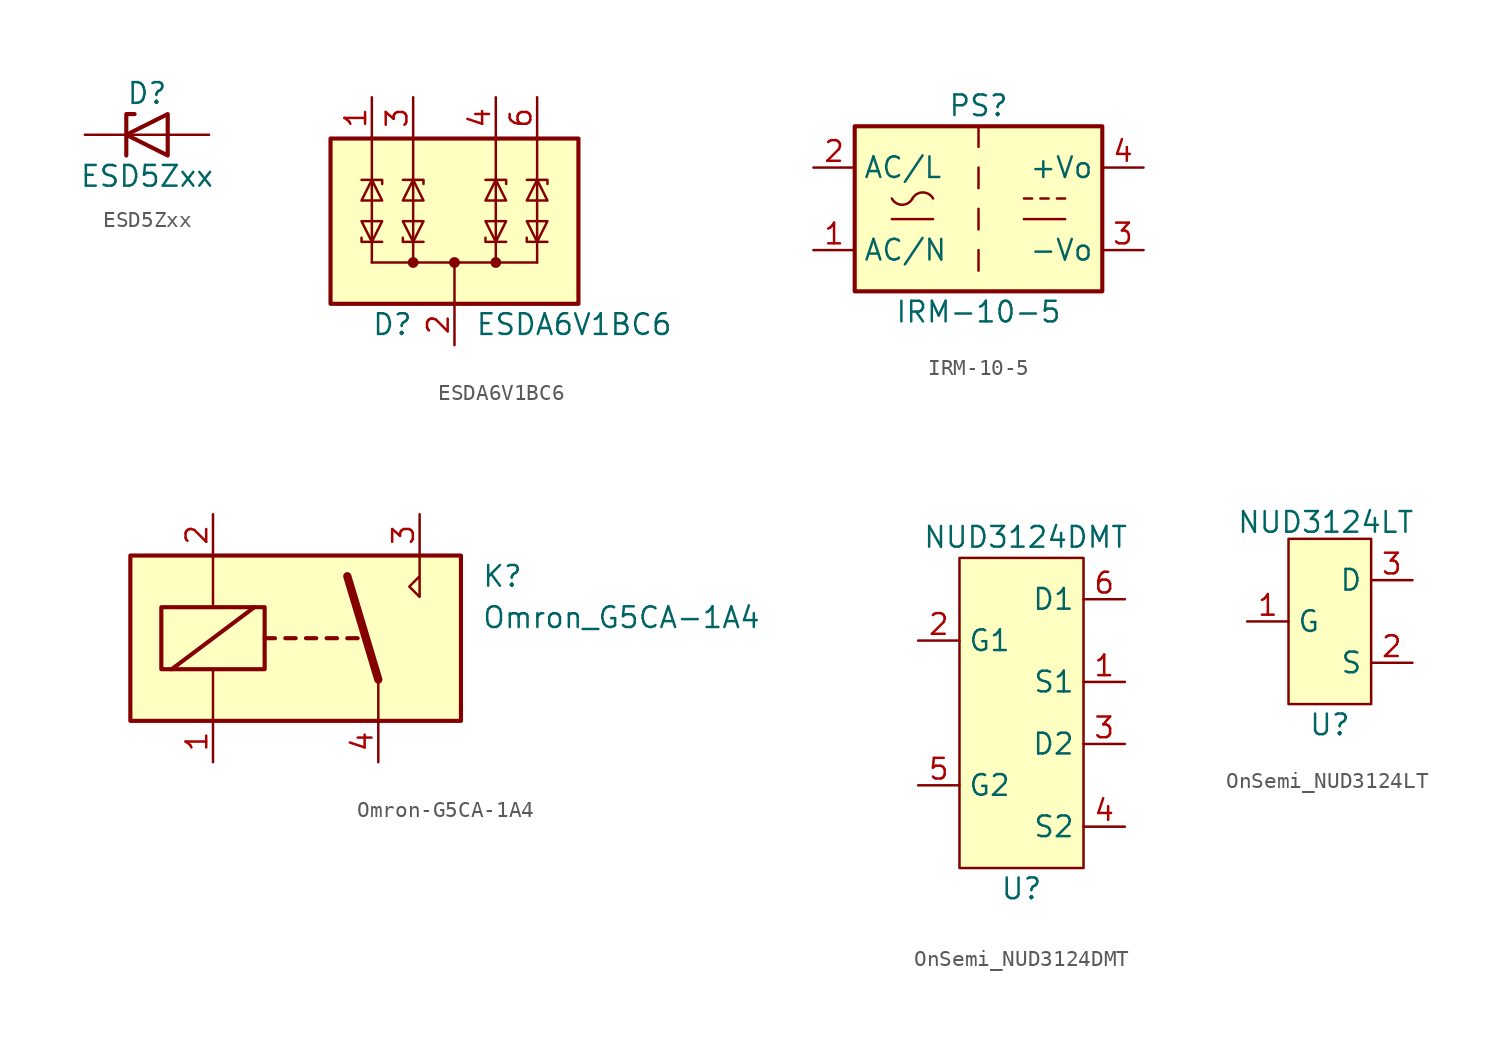
<source format=kicad_sym>
(kicad_symbol_lib
  (version 20241209)
  (generator "kicad_symbol_editor")
  (generator_version "9.0")
  (symbol "ESD5Zxx"
    (pin_numbers
      (hide yes))
    (pin_names
      (hide yes))
    (property "Reference" "D"
      (at 0 2.54 0)
      (effects (font (size 1.27 1.27))))
    (property "Value" "ESD5Zxx"
      (at 0 -2.54 0)
      (effects (font (size 1.27 1.27))))
    (symbol "ESD5Zxx_0_1"
      (polyline (pts (xy -1.27 -1.27) (xy -1.27 1.27) (xy -0.762 1.27)) (stroke (width 0.254) (type default)) (fill (type none)))
      (polyline (pts (xy 1.27 0) (xy -1.27 0)) (stroke (width 0) (type default)) (fill (type none)))
      (polyline (pts (xy 1.27 -1.27) (xy 1.27 1.27) (xy -1.27 0) (xy 1.27 -1.27)) (stroke (width 0.254) (type default)) (fill (type none))))
    (symbol "ESD5Zxx_1_1"
      (pin passive line (at -3.81 0 0) (length 2.54) (name "K" (effects (font (size 1.27 1.27)))) (number "1" (effects (font (size 1.27 1.27)))))
      (pin passive line (at 3.81 0 180) (length 2.54) (name "A" (effects (font (size 1.27 1.27)))) (number "2" (effects (font (size 1.27 1.27)))))))
  (symbol "ESDA6V1BC6"
    (pin_names
      (hide yes))
    (property "Reference" "D"
      (at -2.54 -6.35 0)
      (effects (font (size 1.27 1.27)) (justify right)))
    (property "Value" "ESDA6V1BC6"
      (at 1.27 -6.35 0)
      (effects (font (size 1.27 1.27)) (justify left)))
    (symbol "ESDA6V1BC6_0_0"
      (pin passive line (at 0 -7.62 90) (length 2.54) (name "COM" (effects (font (size 1.27 1.27)))) (number "2" (effects (font (size 1.27 1.27))))))
    (symbol "ESDA6V1BC6_0_1"
      (rectangle (start -7.62 5.08) (end 7.62 -5.08) (stroke (width 0.254) (type default)) (fill (type background)))
      (polyline (pts (xy -5.715 2.54) (xy -4.445 2.54) (xy -4.445 2.286)) (stroke (width 0) (type default)) (fill (type none)))
      (polyline (pts (xy -5.715 -1.016) (xy -5.715 -1.27) (xy -4.445 -1.27)) (stroke (width 0) (type default)) (fill (type none)))
      (polyline (pts (xy -5.08 5.08) (xy -5.08 2.54)) (stroke (width 0) (type default)) (fill (type none)))
      (polyline (pts (xy -5.08 2.54) (xy -5.08 -1.27)) (stroke (width 0) (type default)) (fill (type none)))
      (polyline (pts (xy -5.08 2.54) (xy -4.445 1.27) (xy -5.715 1.27) (xy -5.08 2.54)) (stroke (width 0) (type default)) (fill (type none)))
      (polyline (pts (xy -5.08 -1.27) (xy -5.715 0) (xy -4.445 0) (xy -5.08 -1.27)) (stroke (width 0) (type default)) (fill (type none)))
      (polyline (pts (xy -5.08 -2.54) (xy -5.08 -1.27)) (stroke (width 0) (type default)) (fill (type none)))
      (polyline (pts (xy -5.08 -2.54) (xy 5.08 -2.54)) (stroke (width 0) (type default)) (fill (type none)))
      (polyline (pts (xy -3.175 2.54) (xy -1.905 2.54) (xy -1.905 2.286)) (stroke (width 0) (type default)) (fill (type none)))
      (polyline (pts (xy -3.175 -1.016) (xy -3.175 -1.27) (xy -1.905 -1.27)) (stroke (width 0) (type default)) (fill (type none)))
      (polyline (pts (xy -2.54 5.08) (xy -2.54 2.54)) (stroke (width 0) (type default)) (fill (type none)))
      (polyline (pts (xy -2.54 2.54) (xy -2.54 -1.27)) (stroke (width 0) (type default)) (fill (type none)))
      (polyline (pts (xy -2.54 2.54) (xy -1.905 1.27) (xy -3.175 1.27) (xy -2.54 2.54)) (stroke (width 0) (type default)) (fill (type none)))
      (polyline (pts (xy -2.54 -1.27) (xy -3.175 0) (xy -1.905 0) (xy -2.54 -1.27)) (stroke (width 0) (type default)) (fill (type none)))
      (circle (center -2.54 -2.54) (radius 0.254) (stroke (width 0) (type default)) (fill (type outline)))
      (polyline (pts (xy -2.54 -2.54) (xy -2.54 -1.27)) (stroke (width 0) (type default)) (fill (type none)))
      (polyline (pts (xy 0 -2.54) (xy 0 -5.08)) (stroke (width 0) (type default)) (fill (type none)))
      (circle (center 0 -2.54) (radius 0.254) (stroke (width 0) (type default)) (fill (type outline)))
      (polyline (pts (xy 1.905 2.54) (xy 3.175 2.54) (xy 3.175 2.286)) (stroke (width 0) (type default)) (fill (type none)))
      (polyline (pts (xy 1.905 -1.016) (xy 1.905 -1.27) (xy 3.175 -1.27)) (stroke (width 0) (type default)) (fill (type none)))
      (polyline (pts (xy 2.54 5.08) (xy 2.54 2.54)) (stroke (width 0) (type default)) (fill (type none)))
      (polyline (pts (xy 2.54 2.54) (xy 2.54 -1.27)) (stroke (width 0) (type default)) (fill (type none)))
      (polyline (pts (xy 2.54 2.54) (xy 3.175 1.27) (xy 1.905 1.27) (xy 2.54 2.54)) (stroke (width 0) (type default)) (fill (type none)))
      (polyline (pts (xy 2.54 -1.27) (xy 1.905 0) (xy 3.175 0) (xy 2.54 -1.27)) (stroke (width 0) (type default)) (fill (type none)))
      (polyline (pts (xy 2.54 -2.54) (xy 2.54 -1.27)) (stroke (width 0) (type default)) (fill (type none)))
      (circle (center 2.54 -2.54) (radius 0.254) (stroke (width 0) (type default)) (fill (type outline)))
      (polyline (pts (xy 4.445 2.54) (xy 5.715 2.54) (xy 5.715 2.286)) (stroke (width 0) (type default)) (fill (type none)))
      (polyline (pts (xy 4.445 -1.016) (xy 4.445 -1.27) (xy 5.715 -1.27)) (stroke (width 0) (type default)) (fill (type none)))
      (polyline (pts (xy 5.08 5.08) (xy 5.08 2.54)) (stroke (width 0) (type default)) (fill (type none)))
      (polyline (pts (xy 5.08 2.54) (xy 5.08 -1.27)) (stroke (width 0) (type default)) (fill (type none)))
      (polyline (pts (xy 5.08 2.54) (xy 5.715 1.27) (xy 4.445 1.27) (xy 5.08 2.54)) (stroke (width 0) (type default)) (fill (type none)))
      (polyline (pts (xy 5.08 -1.27) (xy 4.445 0) (xy 5.715 0) (xy 5.08 -1.27)) (stroke (width 0) (type default)) (fill (type none)))
      (polyline (pts (xy 5.08 -2.54) (xy 5.08 -1.27)) (stroke (width 0) (type default)) (fill (type none))))
    (symbol "ESDA6V1BC6_1_1"
      (pin passive line (at -5.08 7.62 270) (length 2.54) (name "TVS1" (effects (font (size 1.27 1.27)))) (number "1" (effects (font (size 1.27 1.27)))))
      (pin passive line (at -2.54 7.62 270) (length 2.54) (name "TVS2" (effects (font (size 1.27 1.27)))) (number "3" (effects (font (size 1.27 1.27)))))
      (pin passive line (at 0 -7.62 90) (length 2.54) (hide yes) (name "COM" (effects (font (size 1.27 1.27)))) (number "5" (effects (font (size 1.27 1.27)))))
      (pin passive line (at 2.54 7.62 270) (length 2.54) (name "TVS3" (effects (font (size 1.27 1.27)))) (number "4" (effects (font (size 1.27 1.27)))))
      (pin passive line (at 5.08 7.62 270) (length 2.54) (name "TVS4" (effects (font (size 1.27 1.27)))) (number "6" (effects (font (size 1.27 1.27)))))))
  (symbol "IRM-10-5"
    (property "Reference" "PS"
      (at 0 6.35 0)
      (effects (font (size 1.27 1.27))))
    (property "Value" "IRM-10-5"
      (at 0 -6.35 0)
      (effects (font (size 1.27 1.27))))
    (symbol "IRM-10-5_0_1"
      (rectangle (start -7.62 5.08) (end 7.62 -5.08) (stroke (width 0.254) (type default)) (fill (type background)))
      (polyline (pts (xy -5.334 -0.635) (xy -2.794 -0.635)) (stroke (width 0) (type default)) (fill (type none)))
      (arc (start -4.064 0.635) (mid -4.699 0.2495) (end -5.334 0.635) (stroke (width 0) (type default)) (fill (type none)))
      (arc (start -4.064 0.635) (mid -3.429 1.0072) (end -2.794 0.635) (stroke (width 0) (type default)) (fill (type none)))
      (polyline (pts (xy 0 5.08) (xy 0 3.81)) (stroke (width 0) (type default)) (fill (type none)))
      (polyline (pts (xy 0 2.54) (xy 0 1.27)) (stroke (width 0) (type default)) (fill (type none)))
      (polyline (pts (xy 0 0) (xy 0 -1.27)) (stroke (width 0) (type default)) (fill (type none)))
      (polyline (pts (xy 0 -2.54) (xy 0 -3.81)) (stroke (width 0) (type default)) (fill (type none)))
      (polyline (pts (xy 2.794 0.635) (xy 3.302 0.635)) (stroke (width 0) (type default)) (fill (type none)))
      (polyline (pts (xy 2.794 -0.635) (xy 5.334 -0.635)) (stroke (width 0) (type default)) (fill (type none)))
      (polyline (pts (xy 3.81 0.635) (xy 4.318 0.635)) (stroke (width 0) (type default)) (fill (type none)))
      (polyline (pts (xy 4.826 0.635) (xy 5.334 0.635)) (stroke (width 0) (type default)) (fill (type none))))
    (symbol "IRM-10-5_1_1"
      (pin power_in line (at -10.16 2.54 0) (length 2.54) (name "AC/L" (effects (font (size 1.27 1.27)))) (number "2" (effects (font (size 1.27 1.27)))))
      (pin power_in line (at -10.16 -2.54 0) (length 2.54) (name "AC/N" (effects (font (size 1.27 1.27)))) (number "1" (effects (font (size 1.27 1.27)))))
      (pin power_out line (at 10.16 2.54 180) (length 2.54) (name "+Vo" (effects (font (size 1.27 1.27)))) (number "4" (effects (font (size 1.27 1.27)))))
      (pin power_out line (at 10.16 -2.54 180) (length 2.54) (name "-Vo" (effects (font (size 1.27 1.27)))) (number "3" (effects (font (size 1.27 1.27)))))))
  (symbol "Omron-G5CA-1A4"
    (property "Reference" "K"
      (at 11.43 3.81 0)
      (effects (font (size 1.27 1.27)) (justify left)))
    (property "Value" "Omron_G5CA-1A4"
      (at 11.43 1.27 0)
      (effects (font (size 1.27 1.27)) (justify left)))
    (symbol "Omron-G5CA-1A4_0_0"
      (polyline (pts (xy 7.62 5.08) (xy 7.62 2.54) (xy 6.985 3.175) (xy 7.62 3.81)) (stroke (width 0) (type default)) (fill (type none))))
    (symbol "Omron-G5CA-1A4_0_1"
      (rectangle (start -10.16 5.08) (end 10.16 -5.08) (stroke (width 0.254) (type default)) (fill (type background)))
      (rectangle (start -8.255 1.905) (end -1.905 -1.905) (stroke (width 0.254) (type default)) (fill (type none)))
      (polyline (pts (xy -7.62 -1.905) (xy -2.54 1.905)) (stroke (width 0.254) (type default)) (fill (type none)))
      (polyline (pts (xy -5.08 5.08) (xy -5.08 1.905)) (stroke (width 0) (type default)) (fill (type none)))
      (polyline (pts (xy -5.08 -5.08) (xy -5.08 -1.905)) (stroke (width 0) (type default)) (fill (type none)))
      (polyline (pts (xy -1.905 0) (xy -1.27 0)) (stroke (width 0.254) (type default)) (fill (type none)))
      (polyline (pts (xy -0.635 0) (xy 0 0)) (stroke (width 0.254) (type default)) (fill (type none)))
      (polyline (pts (xy 0.635 0) (xy 1.27 0)) (stroke (width 0.254) (type default)) (fill (type none)))
      (polyline (pts (xy 1.905 0) (xy 2.54 0)) (stroke (width 0.254) (type default)) (fill (type none)))
      (polyline (pts (xy 3.175 0) (xy 3.81 0)) (stroke (width 0.254) (type default)) (fill (type none)))
      (polyline (pts (xy 5.08 -2.54) (xy 3.175 3.81)) (stroke (width 0.508) (type default)) (fill (type none)))
      (polyline (pts (xy 5.08 -2.54) (xy 5.08 -5.08)) (stroke (width 0) (type default)) (fill (type none))))
    (symbol "Omron-G5CA-1A4_1_1"
      (pin passive line (at -5.08 7.62 270) (length 2.54) (name "~" (effects (font (size 1.27 1.27)))) (number "2" (effects (font (size 1.27 1.27)))))
      (pin passive line (at -5.08 -7.62 90) (length 2.54) (name "~" (effects (font (size 1.27 1.27)))) (number "1" (effects (font (size 1.27 1.27)))))
      (pin passive line (at 5.08 -7.62 90) (length 2.54) (name "~" (effects (font (size 1.27 1.27)))) (number "4" (effects (font (size 1.27 1.27)))))
      (pin passive line (at 7.62 7.62 270) (length 2.54) (name "~" (effects (font (size 1.27 1.27)))) (number "3" (effects (font (size 1.27 1.27)))))))
  (symbol "OnSemi_NUD3124DMT"
    (property "Reference" "U"
      (at 0 0 0)
      (effects (font (size 1.27 1.27))))
    (property "Value" "NUD3124DMT"
      (at 0.254 21.59 0)
      (effects (font (size 1.27 1.27))))
    (symbol "OnSemi_NUD3124DMT_1_1"
      (rectangle (start -3.81 20.32) (end 3.81 1.27) (stroke (width 0) (type default)) (fill (type background)))
      (pin input line (at -6.35 15.24 0) (length 2.54) (name "G1" (effects (font (size 1.27 1.27)))) (number "2" (effects (font (size 1.27 1.27)))))
      (pin input line (at -6.35 6.35 0) (length 2.54) (name "G2" (effects (font (size 1.27 1.27)))) (number "5" (effects (font (size 1.27 1.27)))))
      (pin input line (at 6.35 17.78 180) (length 2.54) (name "D1" (effects (font (size 1.27 1.27)))) (number "6" (effects (font (size 1.27 1.27)))))
      (pin input line (at 6.35 12.7 180) (length 2.54) (name "S1" (effects (font (size 1.27 1.27)))) (number "1" (effects (font (size 1.27 1.27)))))
      (pin input line (at 6.35 8.89 180) (length 2.54) (name "D2" (effects (font (size 1.27 1.27)))) (number "3" (effects (font (size 1.27 1.27)))))
      (pin input line (at 6.35 3.81 180) (length 2.54) (name "S2" (effects (font (size 1.27 1.27)))) (number "4" (effects (font (size 1.27 1.27)))))))
  (symbol "OnSemi_NUD3124LT"
    (property "Reference" "U"
      (at 0 0 0)
      (effects (font (size 1.27 1.27))))
    (property "Value" "NUD3124LT"
      (at -0.254 12.446 0)
      (effects (font (size 1.27 1.27))))
    (symbol "OnSemi_NUD3124LT_1_1"
      (rectangle (start -2.54 11.43) (end 2.54 1.27) (stroke (width 0) (type default)) (fill (type background)))
      (pin input line (at -5.08 6.35 0) (length 2.54) (name "G" (effects (font (size 1.27 1.27)))) (number "1" (effects (font (size 1.27 1.27)))))
      (pin input line (at 5.08 8.89 180) (length 2.54) (name "D" (effects (font (size 1.27 1.27)))) (number "3" (effects (font (size 1.27 1.27)))))
      (pin input line (at 5.08 3.81 180) (length 2.54) (name "S" (effects (font (size 1.27 1.27)))) (number "2" (effects (font (size 1.27 1.27))))))))
</source>
